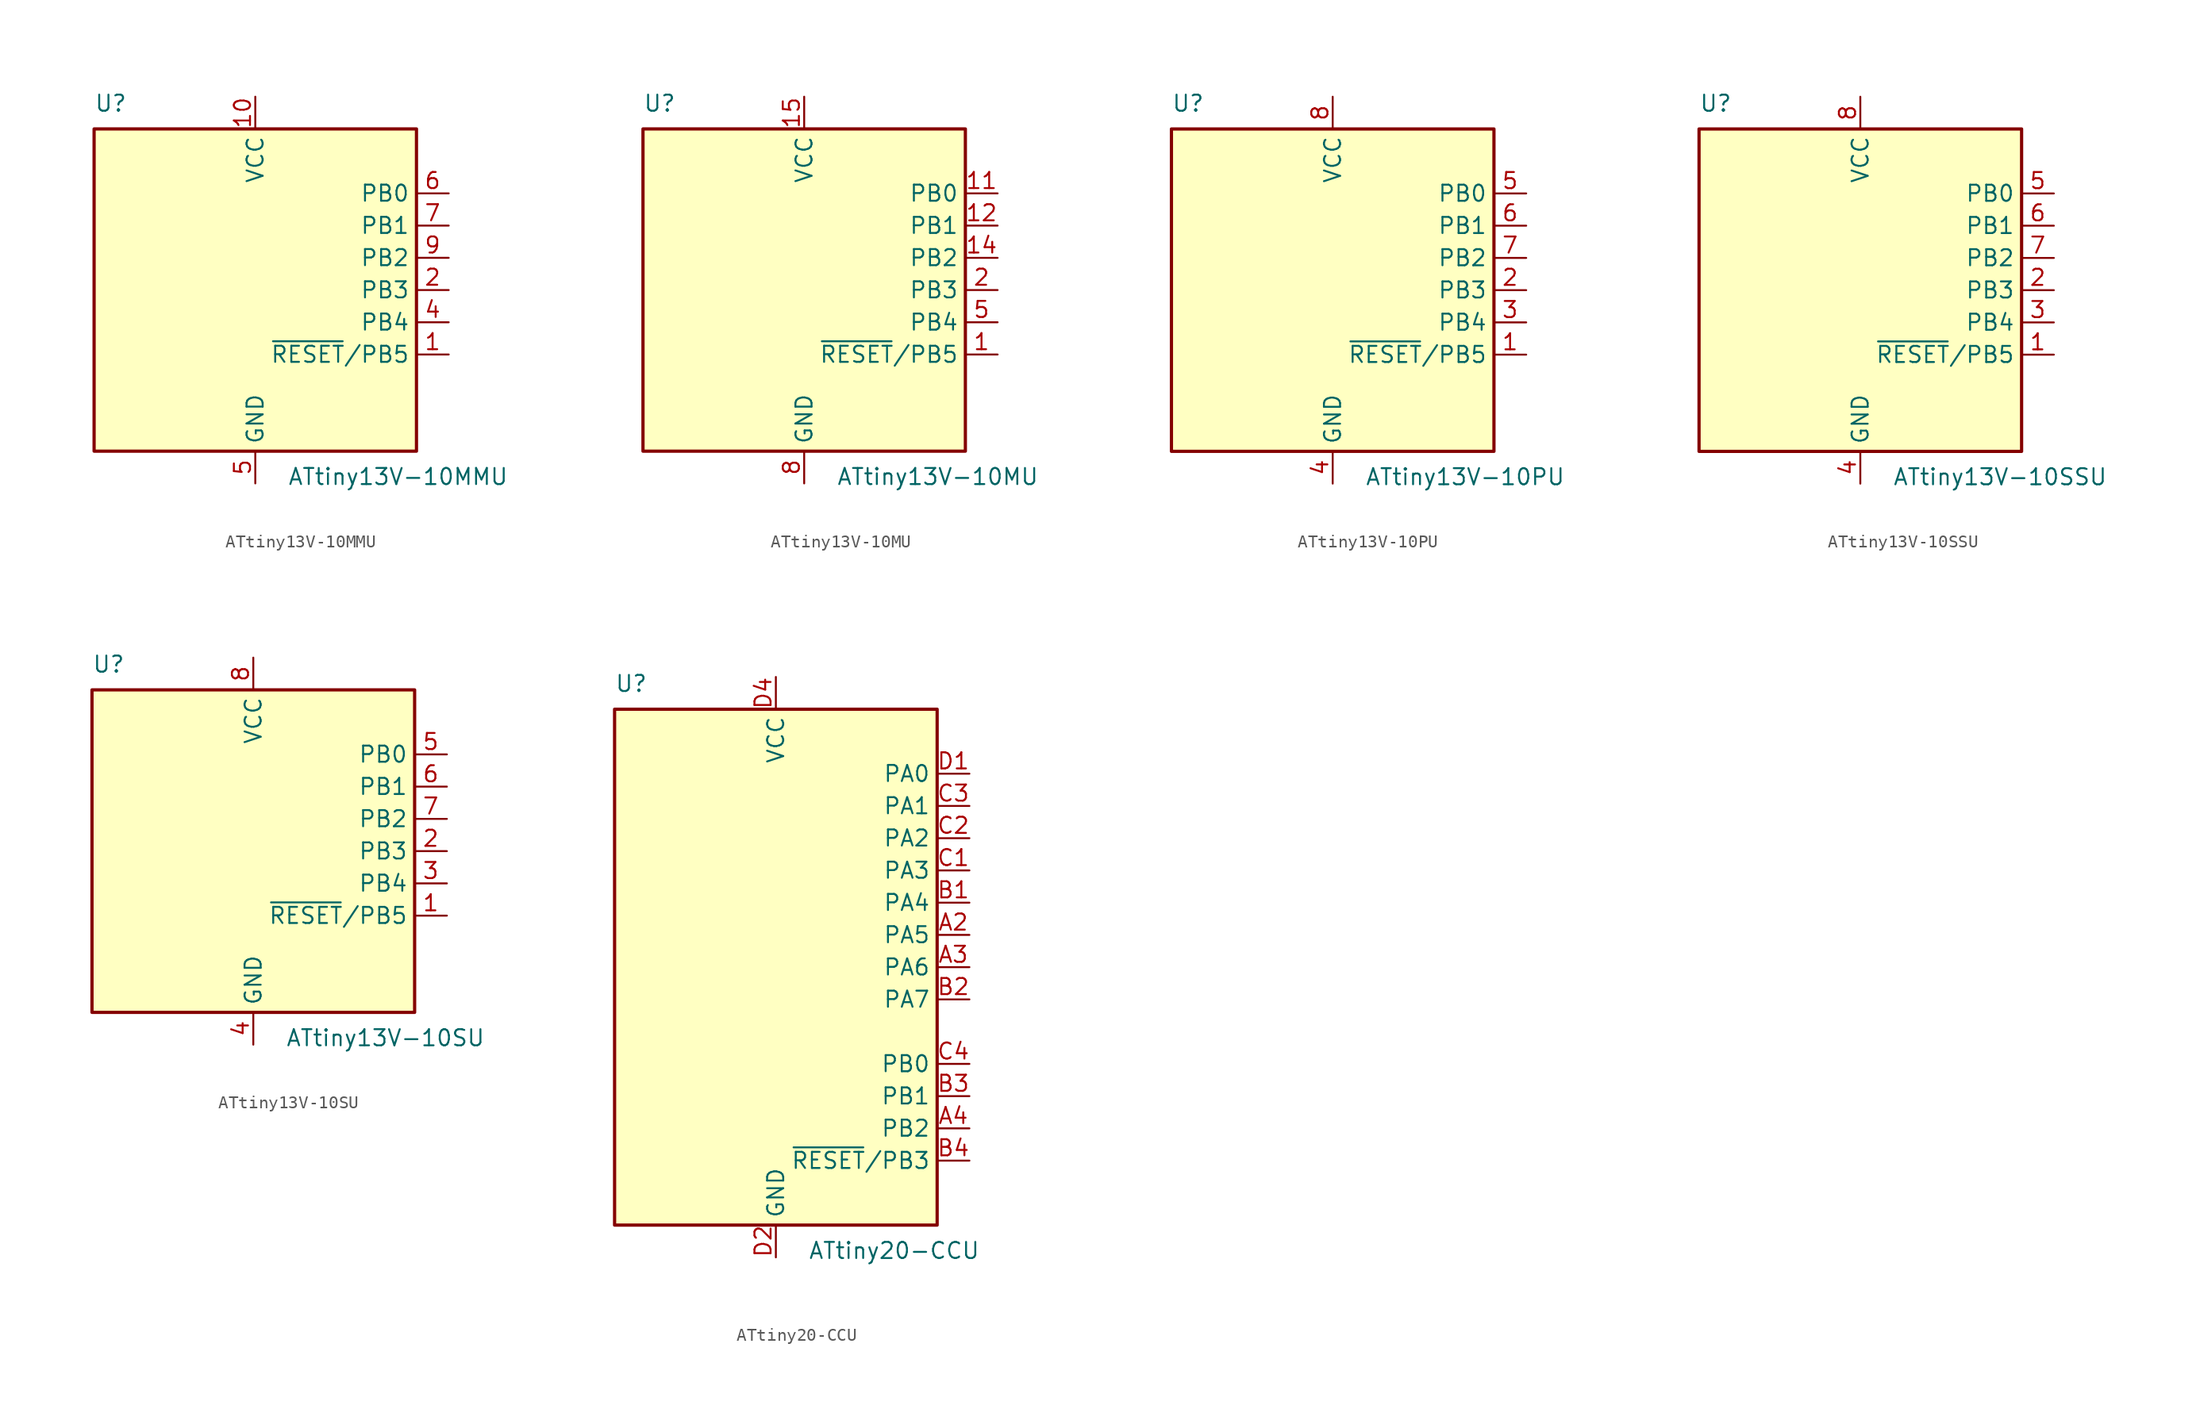
<source format=kicad_sym>
(kicad_symbol_lib
  (version 20211014)
  (generator kicad_symbol_editor)
  (symbol "ATtiny13V-10MMU"
    (property "Reference" "U"
      (at -12.7 13.97 0)
      (effects (font (size 1.27 1.27)) (justify left bottom)))
    (property "Value" "ATtiny13V-10MMU"
      (at 2.54 -13.97 0)
      (effects (font (size 1.27 1.27)) (justify left top)))
    (symbol "ATtiny13V-10MMU_0_1"
      (rectangle (start -12.7 -12.7) (end 12.7 12.7) (stroke (width 0.254) (type default) (color 0 0 0 0)) (fill (type background))))
    (symbol "ATtiny13V-10MMU_1_1"
      (pin bidirectional line (at 15.24 -5.08 180) (length 2.54) (name "~{RESET}/PB5" (effects (font (size 1.27 1.27)))) (number "1" (effects (font (size 1.27 1.27)))))
      (pin power_in line (at 0 15.24 270) (length 2.54) (name "VCC" (effects (font (size 1.27 1.27)))) (number "10" (effects (font (size 1.27 1.27)))))
      (pin passive line (at 0 -15.24 90) (length 2.54) hide (name "GND" (effects (font (size 1.27 1.27)))) (number "11" (effects (font (size 1.27 1.27)))))
      (pin bidirectional line (at 15.24 0 180) (length 2.54) (name "PB3" (effects (font (size 1.27 1.27)))) (number "2" (effects (font (size 1.27 1.27)))))
      (pin no_connect line (at -12.7 -7.62 0) (length 2.54) hide (name "NC" (effects (font (size 1.27 1.27)))) (number "3" (effects (font (size 1.27 1.27)))))
      (pin bidirectional line (at 15.24 -2.54 180) (length 2.54) (name "PB4" (effects (font (size 1.27 1.27)))) (number "4" (effects (font (size 1.27 1.27)))))
      (pin power_in line (at 0 -15.24 90) (length 2.54) (name "GND" (effects (font (size 1.27 1.27)))) (number "5" (effects (font (size 1.27 1.27)))))
      (pin bidirectional line (at 15.24 7.62 180) (length 2.54) (name "PB0" (effects (font (size 1.27 1.27)))) (number "6" (effects (font (size 1.27 1.27)))))
      (pin bidirectional line (at 15.24 5.08 180) (length 2.54) (name "PB1" (effects (font (size 1.27 1.27)))) (number "7" (effects (font (size 1.27 1.27)))))
      (pin no_connect line (at -12.7 -10.16 0) (length 2.54) hide (name "NC" (effects (font (size 1.27 1.27)))) (number "8" (effects (font (size 1.27 1.27)))))
      (pin bidirectional line (at 15.24 2.54 180) (length 2.54) (name "PB2" (effects (font (size 1.27 1.27)))) (number "9" (effects (font (size 1.27 1.27)))))))
  (symbol "ATtiny13V-10MU"
    (property "Reference" "U"
      (at -12.7 13.97 0)
      (effects (font (size 1.27 1.27)) (justify left bottom)))
    (property "Value" "ATtiny13V-10MU"
      (at 2.54 -13.97 0)
      (effects (font (size 1.27 1.27)) (justify left top)))
    (symbol "ATtiny13V-10MU_0_1"
      (rectangle (start -12.7 -12.7) (end 12.7 12.7) (stroke (width 0.254) (type default) (color 0 0 0 0)) (fill (type background))))
    (symbol "ATtiny13V-10MU_1_1"
      (pin bidirectional line (at 15.24 -5.08 180) (length 2.54) (name "~{RESET}/PB5" (effects (font (size 1.27 1.27)))) (number "1" (effects (font (size 1.27 1.27)))))
      (pin no_connect line (at -12.7 -2.54 0) (length 2.54) hide (name "NC" (effects (font (size 1.27 1.27)))) (number "10" (effects (font (size 1.27 1.27)))))
      (pin bidirectional line (at 15.24 7.62 180) (length 2.54) (name "PB0" (effects (font (size 1.27 1.27)))) (number "11" (effects (font (size 1.27 1.27)))))
      (pin bidirectional line (at 15.24 5.08 180) (length 2.54) (name "PB1" (effects (font (size 1.27 1.27)))) (number "12" (effects (font (size 1.27 1.27)))))
      (pin no_connect line (at -12.7 -5.08 0) (length 2.54) hide (name "NC" (effects (font (size 1.27 1.27)))) (number "13" (effects (font (size 1.27 1.27)))))
      (pin bidirectional line (at 15.24 2.54 180) (length 2.54) (name "PB2" (effects (font (size 1.27 1.27)))) (number "14" (effects (font (size 1.27 1.27)))))
      (pin power_in line (at 0 15.24 270) (length 2.54) (name "VCC" (effects (font (size 1.27 1.27)))) (number "15" (effects (font (size 1.27 1.27)))))
      (pin no_connect line (at -12.7 -7.62 0) (length 2.54) hide (name "NC" (effects (font (size 1.27 1.27)))) (number "16" (effects (font (size 1.27 1.27)))))
      (pin no_connect line (at -12.7 -10.16 0) (length 2.54) hide (name "NC" (effects (font (size 1.27 1.27)))) (number "17" (effects (font (size 1.27 1.27)))))
      (pin no_connect line (at -7.62 -12.7 90) (length 2.54) hide (name "NC" (effects (font (size 1.27 1.27)))) (number "18" (effects (font (size 1.27 1.27)))))
      (pin no_connect line (at -5.08 -12.7 90) (length 2.54) hide (name "NC" (effects (font (size 1.27 1.27)))) (number "19" (effects (font (size 1.27 1.27)))))
      (pin bidirectional line (at 15.24 0 180) (length 2.54) (name "PB3" (effects (font (size 1.27 1.27)))) (number "2" (effects (font (size 1.27 1.27)))))
      (pin no_connect line (at -2.54 -12.7 90) (length 2.54) hide (name "NC" (effects (font (size 1.27 1.27)))) (number "20" (effects (font (size 1.27 1.27)))))
      (pin passive line (at 0 -15.24 90) (length 2.54) hide (name "GND" (effects (font (size 1.27 1.27)))) (number "21" (effects (font (size 1.27 1.27)))))
      (pin no_connect line (at -12.7 10.16 0) (length 2.54) hide (name "NC" (effects (font (size 1.27 1.27)))) (number "3" (effects (font (size 1.27 1.27)))))
      (pin no_connect line (at -12.7 7.62 0) (length 2.54) hide (name "NC" (effects (font (size 1.27 1.27)))) (number "4" (effects (font (size 1.27 1.27)))))
      (pin bidirectional line (at 15.24 -2.54 180) (length 2.54) (name "PB4" (effects (font (size 1.27 1.27)))) (number "5" (effects (font (size 1.27 1.27)))))
      (pin no_connect line (at -12.7 5.08 0) (length 2.54) hide (name "NC" (effects (font (size 1.27 1.27)))) (number "6" (effects (font (size 1.27 1.27)))))
      (pin no_connect line (at -12.7 2.54 0) (length 2.54) hide (name "NC" (effects (font (size 1.27 1.27)))) (number "7" (effects (font (size 1.27 1.27)))))
      (pin power_in line (at 0 -15.24 90) (length 2.54) (name "GND" (effects (font (size 1.27 1.27)))) (number "8" (effects (font (size 1.27 1.27)))))
      (pin no_connect line (at -12.7 0 0) (length 2.54) hide (name "NC" (effects (font (size 1.27 1.27)))) (number "9" (effects (font (size 1.27 1.27)))))))
  (symbol "ATtiny13V-10PU"
    (property "Reference" "U"
      (at -12.7 13.97 0)
      (effects (font (size 1.27 1.27)) (justify left bottom)))
    (property "Value" "ATtiny13V-10PU"
      (at 2.54 -13.97 0)
      (effects (font (size 1.27 1.27)) (justify left top)))
    (symbol "ATtiny13V-10PU_0_1"
      (rectangle (start -12.7 -12.7) (end 12.7 12.7) (stroke (width 0.254) (type default) (color 0 0 0 0)) (fill (type background))))
    (symbol "ATtiny13V-10PU_1_1"
      (pin bidirectional line (at 15.24 -5.08 180) (length 2.54) (name "~{RESET}/PB5" (effects (font (size 1.27 1.27)))) (number "1" (effects (font (size 1.27 1.27)))))
      (pin bidirectional line (at 15.24 0 180) (length 2.54) (name "PB3" (effects (font (size 1.27 1.27)))) (number "2" (effects (font (size 1.27 1.27)))))
      (pin bidirectional line (at 15.24 -2.54 180) (length 2.54) (name "PB4" (effects (font (size 1.27 1.27)))) (number "3" (effects (font (size 1.27 1.27)))))
      (pin power_in line (at 0 -15.24 90) (length 2.54) (name "GND" (effects (font (size 1.27 1.27)))) (number "4" (effects (font (size 1.27 1.27)))))
      (pin bidirectional line (at 15.24 7.62 180) (length 2.54) (name "PB0" (effects (font (size 1.27 1.27)))) (number "5" (effects (font (size 1.27 1.27)))))
      (pin bidirectional line (at 15.24 5.08 180) (length 2.54) (name "PB1" (effects (font (size 1.27 1.27)))) (number "6" (effects (font (size 1.27 1.27)))))
      (pin bidirectional line (at 15.24 2.54 180) (length 2.54) (name "PB2" (effects (font (size 1.27 1.27)))) (number "7" (effects (font (size 1.27 1.27)))))
      (pin power_in line (at 0 15.24 270) (length 2.54) (name "VCC" (effects (font (size 1.27 1.27)))) (number "8" (effects (font (size 1.27 1.27)))))))
  (symbol "ATtiny13V-10SSU"
    (property "Reference" "U"
      (at -12.7 13.97 0)
      (effects (font (size 1.27 1.27)) (justify left bottom)))
    (property "Value" "ATtiny13V-10SSU"
      (at 2.54 -13.97 0)
      (effects (font (size 1.27 1.27)) (justify left top)))
    (symbol "ATtiny13V-10SSU_0_1"
      (rectangle (start -12.7 -12.7) (end 12.7 12.7) (stroke (width 0.254) (type default) (color 0 0 0 0)) (fill (type background))))
    (symbol "ATtiny13V-10SSU_1_1"
      (pin bidirectional line (at 15.24 -5.08 180) (length 2.54) (name "~{RESET}/PB5" (effects (font (size 1.27 1.27)))) (number "1" (effects (font (size 1.27 1.27)))))
      (pin bidirectional line (at 15.24 0 180) (length 2.54) (name "PB3" (effects (font (size 1.27 1.27)))) (number "2" (effects (font (size 1.27 1.27)))))
      (pin bidirectional line (at 15.24 -2.54 180) (length 2.54) (name "PB4" (effects (font (size 1.27 1.27)))) (number "3" (effects (font (size 1.27 1.27)))))
      (pin power_in line (at 0 -15.24 90) (length 2.54) (name "GND" (effects (font (size 1.27 1.27)))) (number "4" (effects (font (size 1.27 1.27)))))
      (pin bidirectional line (at 15.24 7.62 180) (length 2.54) (name "PB0" (effects (font (size 1.27 1.27)))) (number "5" (effects (font (size 1.27 1.27)))))
      (pin bidirectional line (at 15.24 5.08 180) (length 2.54) (name "PB1" (effects (font (size 1.27 1.27)))) (number "6" (effects (font (size 1.27 1.27)))))
      (pin bidirectional line (at 15.24 2.54 180) (length 2.54) (name "PB2" (effects (font (size 1.27 1.27)))) (number "7" (effects (font (size 1.27 1.27)))))
      (pin power_in line (at 0 15.24 270) (length 2.54) (name "VCC" (effects (font (size 1.27 1.27)))) (number "8" (effects (font (size 1.27 1.27)))))))
  (symbol "ATtiny13V-10SU"
    (property "Reference" "U"
      (at -12.7 13.97 0)
      (effects (font (size 1.27 1.27)) (justify left bottom)))
    (property "Value" "ATtiny13V-10SU"
      (at 2.54 -13.97 0)
      (effects (font (size 1.27 1.27)) (justify left top)))
    (symbol "ATtiny13V-10SU_0_1"
      (rectangle (start -12.7 -12.7) (end 12.7 12.7) (stroke (width 0.254) (type default) (color 0 0 0 0)) (fill (type background))))
    (symbol "ATtiny13V-10SU_1_1"
      (pin bidirectional line (at 15.24 -5.08 180) (length 2.54) (name "~{RESET}/PB5" (effects (font (size 1.27 1.27)))) (number "1" (effects (font (size 1.27 1.27)))))
      (pin bidirectional line (at 15.24 0 180) (length 2.54) (name "PB3" (effects (font (size 1.27 1.27)))) (number "2" (effects (font (size 1.27 1.27)))))
      (pin bidirectional line (at 15.24 -2.54 180) (length 2.54) (name "PB4" (effects (font (size 1.27 1.27)))) (number "3" (effects (font (size 1.27 1.27)))))
      (pin power_in line (at 0 -15.24 90) (length 2.54) (name "GND" (effects (font (size 1.27 1.27)))) (number "4" (effects (font (size 1.27 1.27)))))
      (pin bidirectional line (at 15.24 7.62 180) (length 2.54) (name "PB0" (effects (font (size 1.27 1.27)))) (number "5" (effects (font (size 1.27 1.27)))))
      (pin bidirectional line (at 15.24 5.08 180) (length 2.54) (name "PB1" (effects (font (size 1.27 1.27)))) (number "6" (effects (font (size 1.27 1.27)))))
      (pin bidirectional line (at 15.24 2.54 180) (length 2.54) (name "PB2" (effects (font (size 1.27 1.27)))) (number "7" (effects (font (size 1.27 1.27)))))
      (pin power_in line (at 0 15.24 270) (length 2.54) (name "VCC" (effects (font (size 1.27 1.27)))) (number "8" (effects (font (size 1.27 1.27)))))))
  (symbol "ATtiny20-CCU"
    (property "Reference" "U"
      (at -12.7 21.59 0)
      (effects (font (size 1.27 1.27)) (justify left bottom)))
    (property "Value" "ATtiny20-CCU"
      (at 2.54 -21.59 0)
      (effects (font (size 1.27 1.27)) (justify left top)))
    (symbol "ATtiny20-CCU_0_1"
      (rectangle (start -12.7 -20.32) (end 12.7 20.32) (stroke (width 0.254) (type default) (color 0 0 0 0)) (fill (type background))))
    (symbol "ATtiny20-CCU_1_1"
      (pin bidirectional line (at 15.24 2.54 180) (length 2.54) (name "PA5" (effects (font (size 1.27 1.27)))) (number "A2" (effects (font (size 1.27 1.27)))))
      (pin bidirectional line (at 15.24 0 180) (length 2.54) (name "PA6" (effects (font (size 1.27 1.27)))) (number "A3" (effects (font (size 1.27 1.27)))))
      (pin bidirectional line (at 15.24 -12.7 180) (length 2.54) (name "PB2" (effects (font (size 1.27 1.27)))) (number "A4" (effects (font (size 1.27 1.27)))))
      (pin bidirectional line (at 15.24 5.08 180) (length 2.54) (name "PA4" (effects (font (size 1.27 1.27)))) (number "B1" (effects (font (size 1.27 1.27)))))
      (pin bidirectional line (at 15.24 -2.54 180) (length 2.54) (name "PA7" (effects (font (size 1.27 1.27)))) (number "B2" (effects (font (size 1.27 1.27)))))
      (pin bidirectional line (at 15.24 -10.16 180) (length 2.54) (name "PB1" (effects (font (size 1.27 1.27)))) (number "B3" (effects (font (size 1.27 1.27)))))
      (pin bidirectional line (at 15.24 -15.24 180) (length 2.54) (name "~{RESET}/PB3" (effects (font (size 1.27 1.27)))) (number "B4" (effects (font (size 1.27 1.27)))))
      (pin bidirectional line (at 15.24 7.62 180) (length 2.54) (name "PA3" (effects (font (size 1.27 1.27)))) (number "C1" (effects (font (size 1.27 1.27)))))
      (pin bidirectional line (at 15.24 10.16 180) (length 2.54) (name "PA2" (effects (font (size 1.27 1.27)))) (number "C2" (effects (font (size 1.27 1.27)))))
      (pin bidirectional line (at 15.24 12.7 180) (length 2.54) (name "PA1" (effects (font (size 1.27 1.27)))) (number "C3" (effects (font (size 1.27 1.27)))))
      (pin bidirectional line (at 15.24 -7.62 180) (length 2.54) (name "PB0" (effects (font (size 1.27 1.27)))) (number "C4" (effects (font (size 1.27 1.27)))))
      (pin bidirectional line (at 15.24 15.24 180) (length 2.54) (name "PA0" (effects (font (size 1.27 1.27)))) (number "D1" (effects (font (size 1.27 1.27)))))
      (pin power_in line (at 0 -22.86 90) (length 2.54) (name "GND" (effects (font (size 1.27 1.27)))) (number "D2" (effects (font (size 1.27 1.27)))))
      (pin passive line (at 0 -22.86 90) (length 2.54) hide (name "GND" (effects (font (size 1.27 1.27)))) (number "D3" (effects (font (size 1.27 1.27)))))
      (pin power_in line (at 0 22.86 270) (length 2.54) (name "VCC" (effects (font (size 1.27 1.27)))) (number "D4" (effects (font (size 1.27 1.27))))))))
</source>
